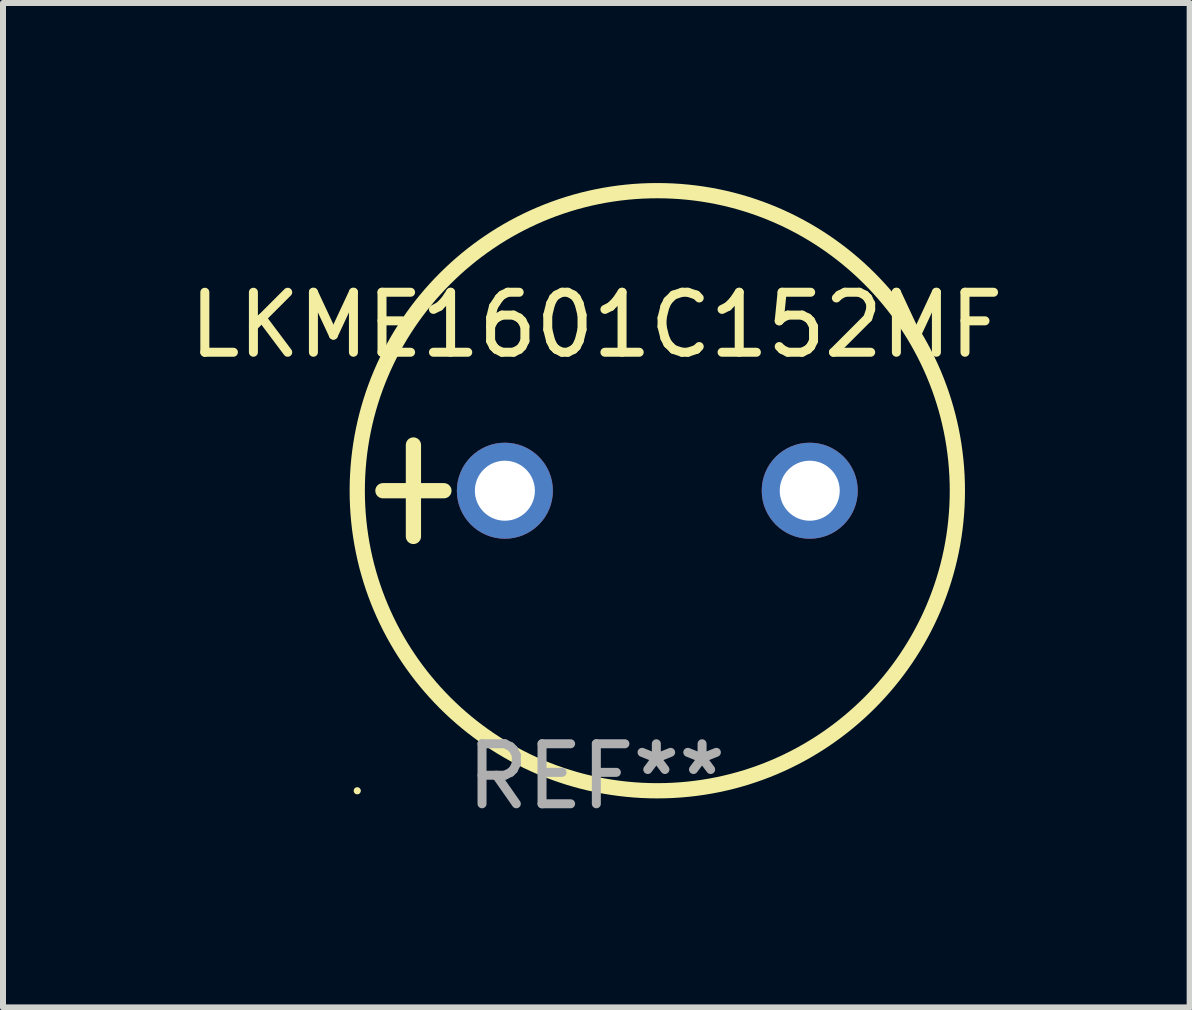
<source format=kicad_pcb>
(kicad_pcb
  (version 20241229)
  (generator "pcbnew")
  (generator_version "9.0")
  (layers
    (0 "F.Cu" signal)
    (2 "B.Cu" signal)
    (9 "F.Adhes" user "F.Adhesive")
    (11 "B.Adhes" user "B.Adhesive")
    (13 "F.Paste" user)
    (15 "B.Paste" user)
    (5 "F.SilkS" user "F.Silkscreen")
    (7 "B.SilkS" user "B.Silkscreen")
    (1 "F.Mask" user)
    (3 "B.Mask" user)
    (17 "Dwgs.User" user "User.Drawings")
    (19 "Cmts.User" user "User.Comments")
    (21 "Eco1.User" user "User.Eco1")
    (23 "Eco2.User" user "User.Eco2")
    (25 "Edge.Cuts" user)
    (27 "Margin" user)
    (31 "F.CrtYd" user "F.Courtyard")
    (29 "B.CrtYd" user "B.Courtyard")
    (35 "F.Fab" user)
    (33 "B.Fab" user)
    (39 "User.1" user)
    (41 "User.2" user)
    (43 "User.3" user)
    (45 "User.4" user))
  (footprint "LKME1601C152MF"
    (layer "F.Cu")
    (at 6.887 5.127)
    (property "Reference" "LKME1601C152MF" (at 0 -2.762 0) (layer "F.SilkS") (effects (font (size 1 1) (thickness 0.15))))
    (attr through_hole)
    (fp_line (start -3.556 0) (end -2.54 0) (stroke (width 0.254) (type solid)) (layer "F.SilkS"))
    (fp_line (start -3.048 -0.762) (end -3.048 0.762) (stroke (width 0.254) (type solid)) (layer "F.SilkS"))
    (fp_circle (center -3.984 5) (end -3.954 5) (stroke (width 0.06) (type solid)) (fill no) (layer "F.SilkS"))
    (fp_circle (center 1.016 0) (end 6.016 0) (stroke (width 0.254) (type solid)) (fill no) (layer "F.SilkS"))
    (fp_text user "REF**" (at 0 4.762 0) (layer "F.Fab") (effects (font (size 1 1) (thickness 0.15))))
    (pad "1" thru_hole circle (at -1.524 0) (size 1.6 1.6) (drill 1) (layers "*.Cu" "*.Mask"))
    (pad "2" thru_hole circle (at 3.556 0) (size 1.6 1.6) (drill 1) (layers "*.Cu" "*.Mask")))
  (gr_rect
    (start -3 -3)
    (end 16.774 13.737)
    (stroke (width 0.1) (type default))
    (fill no)
    (layer "Edge.Cuts")))
</source>
